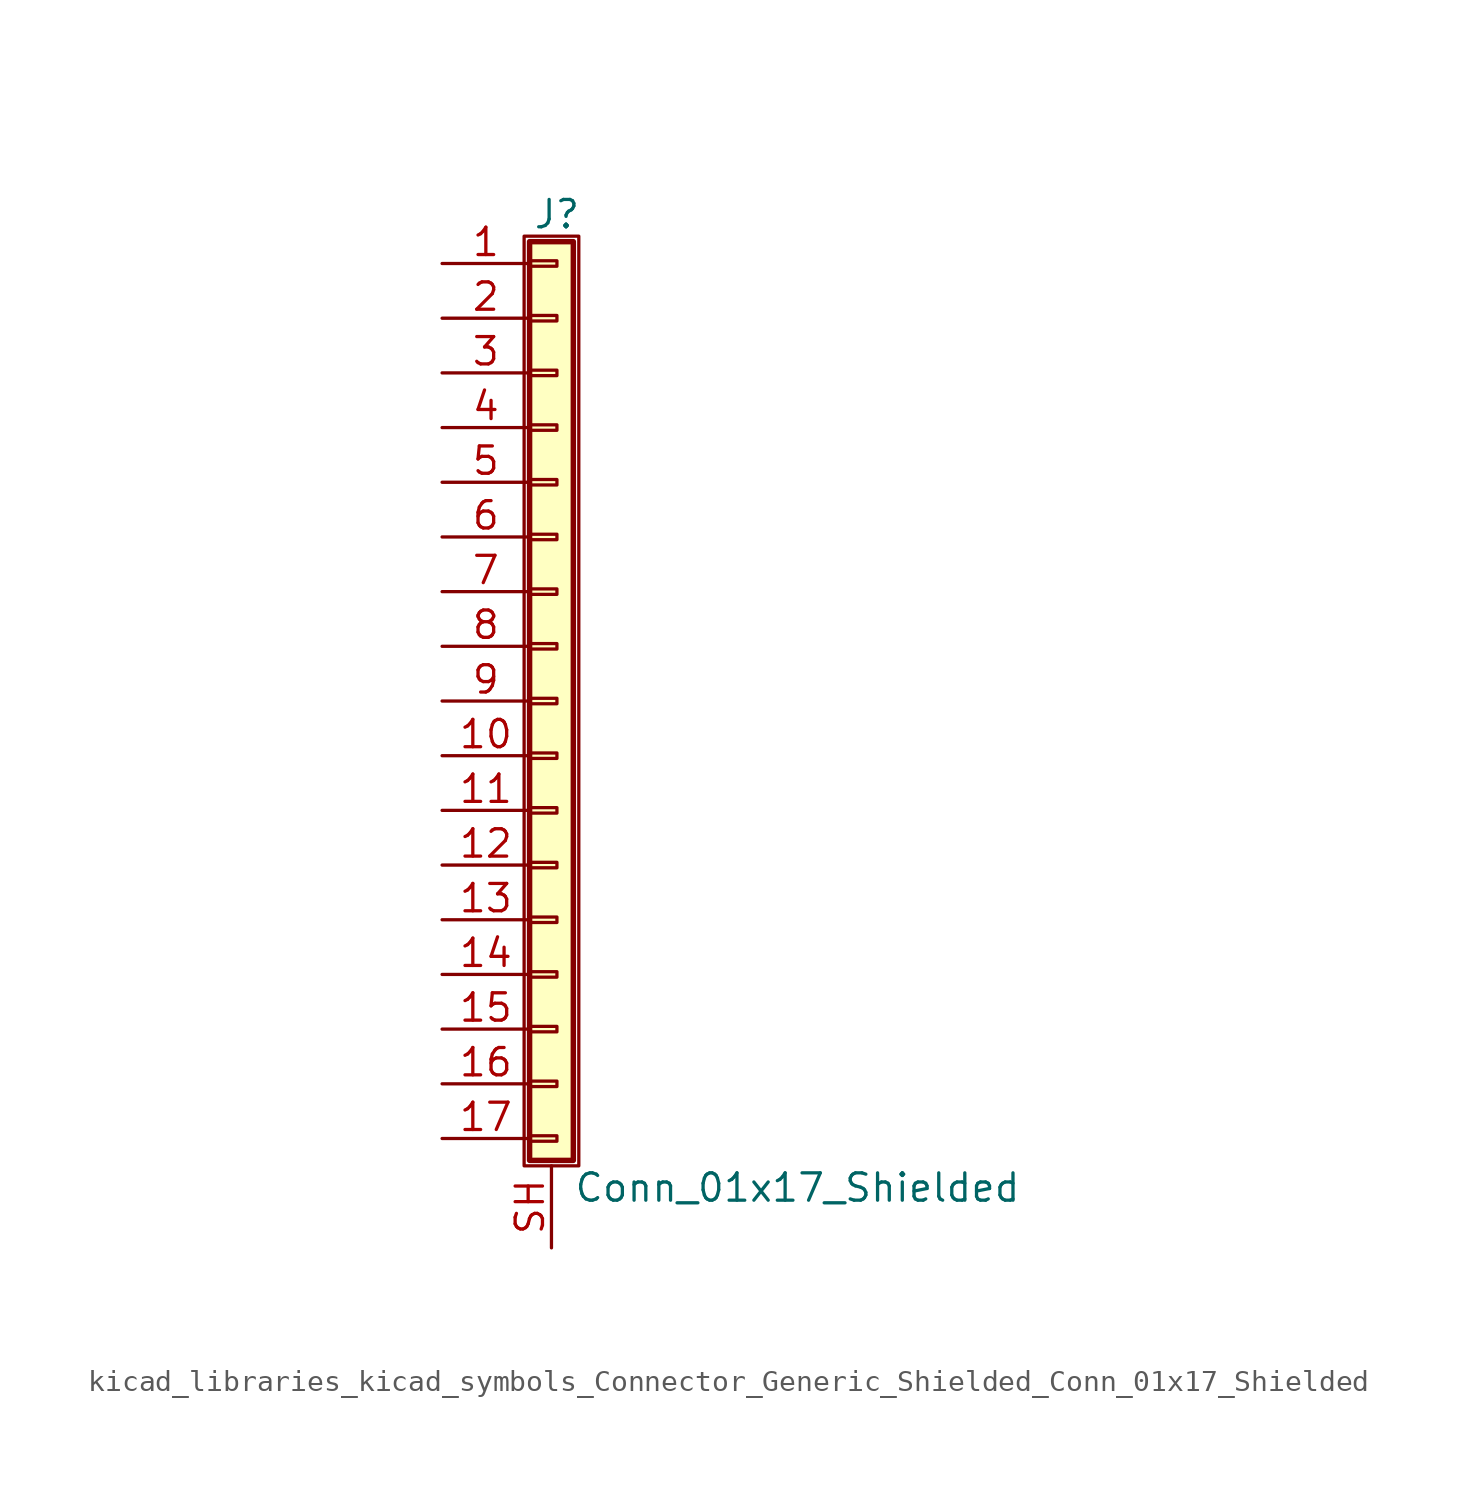
<source format=kicad_sym>
(kicad_symbol_lib
  (version 20220914)
  (generator kicad_symbol_editor)
  (symbol "kicad_libraries_kicad_symbols_Connector_Generic_Shielded_Conn_01x17_Shielded"
    (pin_names
      (offset 1.016) hide)
    (property "Reference" "J"
      (at 0.254 22.606 0)
      (effects (font (size 1.27 1.27))))
    (property "Value" "Conn_01x17_Shielded"
      (at 1.016 -22.606 0)
      (effects (font (size 1.27 1.27)) (justify left)))
    (symbol "kicad_libraries_kicad_symbols_Connector_Generic_Shielded_Conn_01x17_Shielded_1_1"
      (rectangle (start -1.27 21.59) (end 1.27 -21.59) (stroke (width 0.152) (type default)) (fill (type none)))
      (rectangle (start -1.016 -20.193) (end 0.254 -20.447) (stroke (width 0.152) (type default)) (fill (type none)))
      (rectangle (start -1.016 -17.653) (end 0.254 -17.907) (stroke (width 0.152) (type default)) (fill (type none)))
      (rectangle (start -1.016 -15.113) (end 0.254 -15.367) (stroke (width 0.152) (type default)) (fill (type none)))
      (rectangle (start -1.016 -12.573) (end 0.254 -12.827) (stroke (width 0.152) (type default)) (fill (type none)))
      (rectangle (start -1.016 -10.033) (end 0.254 -10.287) (stroke (width 0.152) (type default)) (fill (type none)))
      (rectangle (start -1.016 -7.493) (end 0.254 -7.747) (stroke (width 0.152) (type default)) (fill (type none)))
      (rectangle (start -1.016 -4.953) (end 0.254 -5.207) (stroke (width 0.152) (type default)) (fill (type none)))
      (rectangle (start -1.016 -2.413) (end 0.254 -2.667) (stroke (width 0.152) (type default)) (fill (type none)))
      (rectangle (start -1.016 0.127) (end 0.254 -0.127) (stroke (width 0.152) (type default)) (fill (type none)))
      (rectangle (start -1.016 2.667) (end 0.254 2.413) (stroke (width 0.152) (type default)) (fill (type none)))
      (rectangle (start -1.016 5.207) (end 0.254 4.953) (stroke (width 0.152) (type default)) (fill (type none)))
      (rectangle (start -1.016 7.747) (end 0.254 7.493) (stroke (width 0.152) (type default)) (fill (type none)))
      (rectangle (start -1.016 10.287) (end 0.254 10.033) (stroke (width 0.152) (type default)) (fill (type none)))
      (rectangle (start -1.016 12.827) (end 0.254 12.573) (stroke (width 0.152) (type default)) (fill (type none)))
      (rectangle (start -1.016 15.367) (end 0.254 15.113) (stroke (width 0.152) (type default)) (fill (type none)))
      (rectangle (start -1.016 17.907) (end 0.254 17.653) (stroke (width 0.152) (type default)) (fill (type none)))
      (rectangle (start -1.016 20.447) (end 0.254 20.193) (stroke (width 0.152) (type default)) (fill (type none)))
      (rectangle (start -1.016 21.336) (end 1.016 -21.336) (stroke (width 0.254) (type default)) (fill (type background)))
      (pin passive line (at -5.08 20.32 0) (length 4.064) (name "Pin_1" (effects (font (size 1.27 1.27)))) (number "1" (effects (font (size 1.27 1.27)))))
      (pin passive line (at -5.08 -2.54 0) (length 4.064) (name "Pin_10" (effects (font (size 1.27 1.27)))) (number "10" (effects (font (size 1.27 1.27)))))
      (pin passive line (at -5.08 -5.08 0) (length 4.064) (name "Pin_11" (effects (font (size 1.27 1.27)))) (number "11" (effects (font (size 1.27 1.27)))))
      (pin passive line (at -5.08 -7.62 0) (length 4.064) (name "Pin_12" (effects (font (size 1.27 1.27)))) (number "12" (effects (font (size 1.27 1.27)))))
      (pin passive line (at -5.08 -10.16 0) (length 4.064) (name "Pin_13" (effects (font (size 1.27 1.27)))) (number "13" (effects (font (size 1.27 1.27)))))
      (pin passive line (at -5.08 -12.7 0) (length 4.064) (name "Pin_14" (effects (font (size 1.27 1.27)))) (number "14" (effects (font (size 1.27 1.27)))))
      (pin passive line (at -5.08 -15.24 0) (length 4.064) (name "Pin_15" (effects (font (size 1.27 1.27)))) (number "15" (effects (font (size 1.27 1.27)))))
      (pin passive line (at -5.08 -17.78 0) (length 4.064) (name "Pin_16" (effects (font (size 1.27 1.27)))) (number "16" (effects (font (size 1.27 1.27)))))
      (pin passive line (at -5.08 -20.32 0) (length 4.064) (name "Pin_17" (effects (font (size 1.27 1.27)))) (number "17" (effects (font (size 1.27 1.27)))))
      (pin passive line (at -5.08 17.78 0) (length 4.064) (name "Pin_2" (effects (font (size 1.27 1.27)))) (number "2" (effects (font (size 1.27 1.27)))))
      (pin passive line (at -5.08 15.24 0) (length 4.064) (name "Pin_3" (effects (font (size 1.27 1.27)))) (number "3" (effects (font (size 1.27 1.27)))))
      (pin passive line (at -5.08 12.7 0) (length 4.064) (name "Pin_4" (effects (font (size 1.27 1.27)))) (number "4" (effects (font (size 1.27 1.27)))))
      (pin passive line (at -5.08 10.16 0) (length 4.064) (name "Pin_5" (effects (font (size 1.27 1.27)))) (number "5" (effects (font (size 1.27 1.27)))))
      (pin passive line (at -5.08 7.62 0) (length 4.064) (name "Pin_6" (effects (font (size 1.27 1.27)))) (number "6" (effects (font (size 1.27 1.27)))))
      (pin passive line (at -5.08 5.08 0) (length 4.064) (name "Pin_7" (effects (font (size 1.27 1.27)))) (number "7" (effects (font (size 1.27 1.27)))))
      (pin passive line (at -5.08 2.54 0) (length 4.064) (name "Pin_8" (effects (font (size 1.27 1.27)))) (number "8" (effects (font (size 1.27 1.27)))))
      (pin passive line (at -5.08 0 0) (length 4.064) (name "Pin_9" (effects (font (size 1.27 1.27)))) (number "9" (effects (font (size 1.27 1.27)))))
      (pin passive line (at 0 -25.4 90) (length 3.81) (name "Shield" (effects (font (size 1.27 1.27)))) (number "SH" (effects (font (size 1.27 1.27))))))))
</source>
